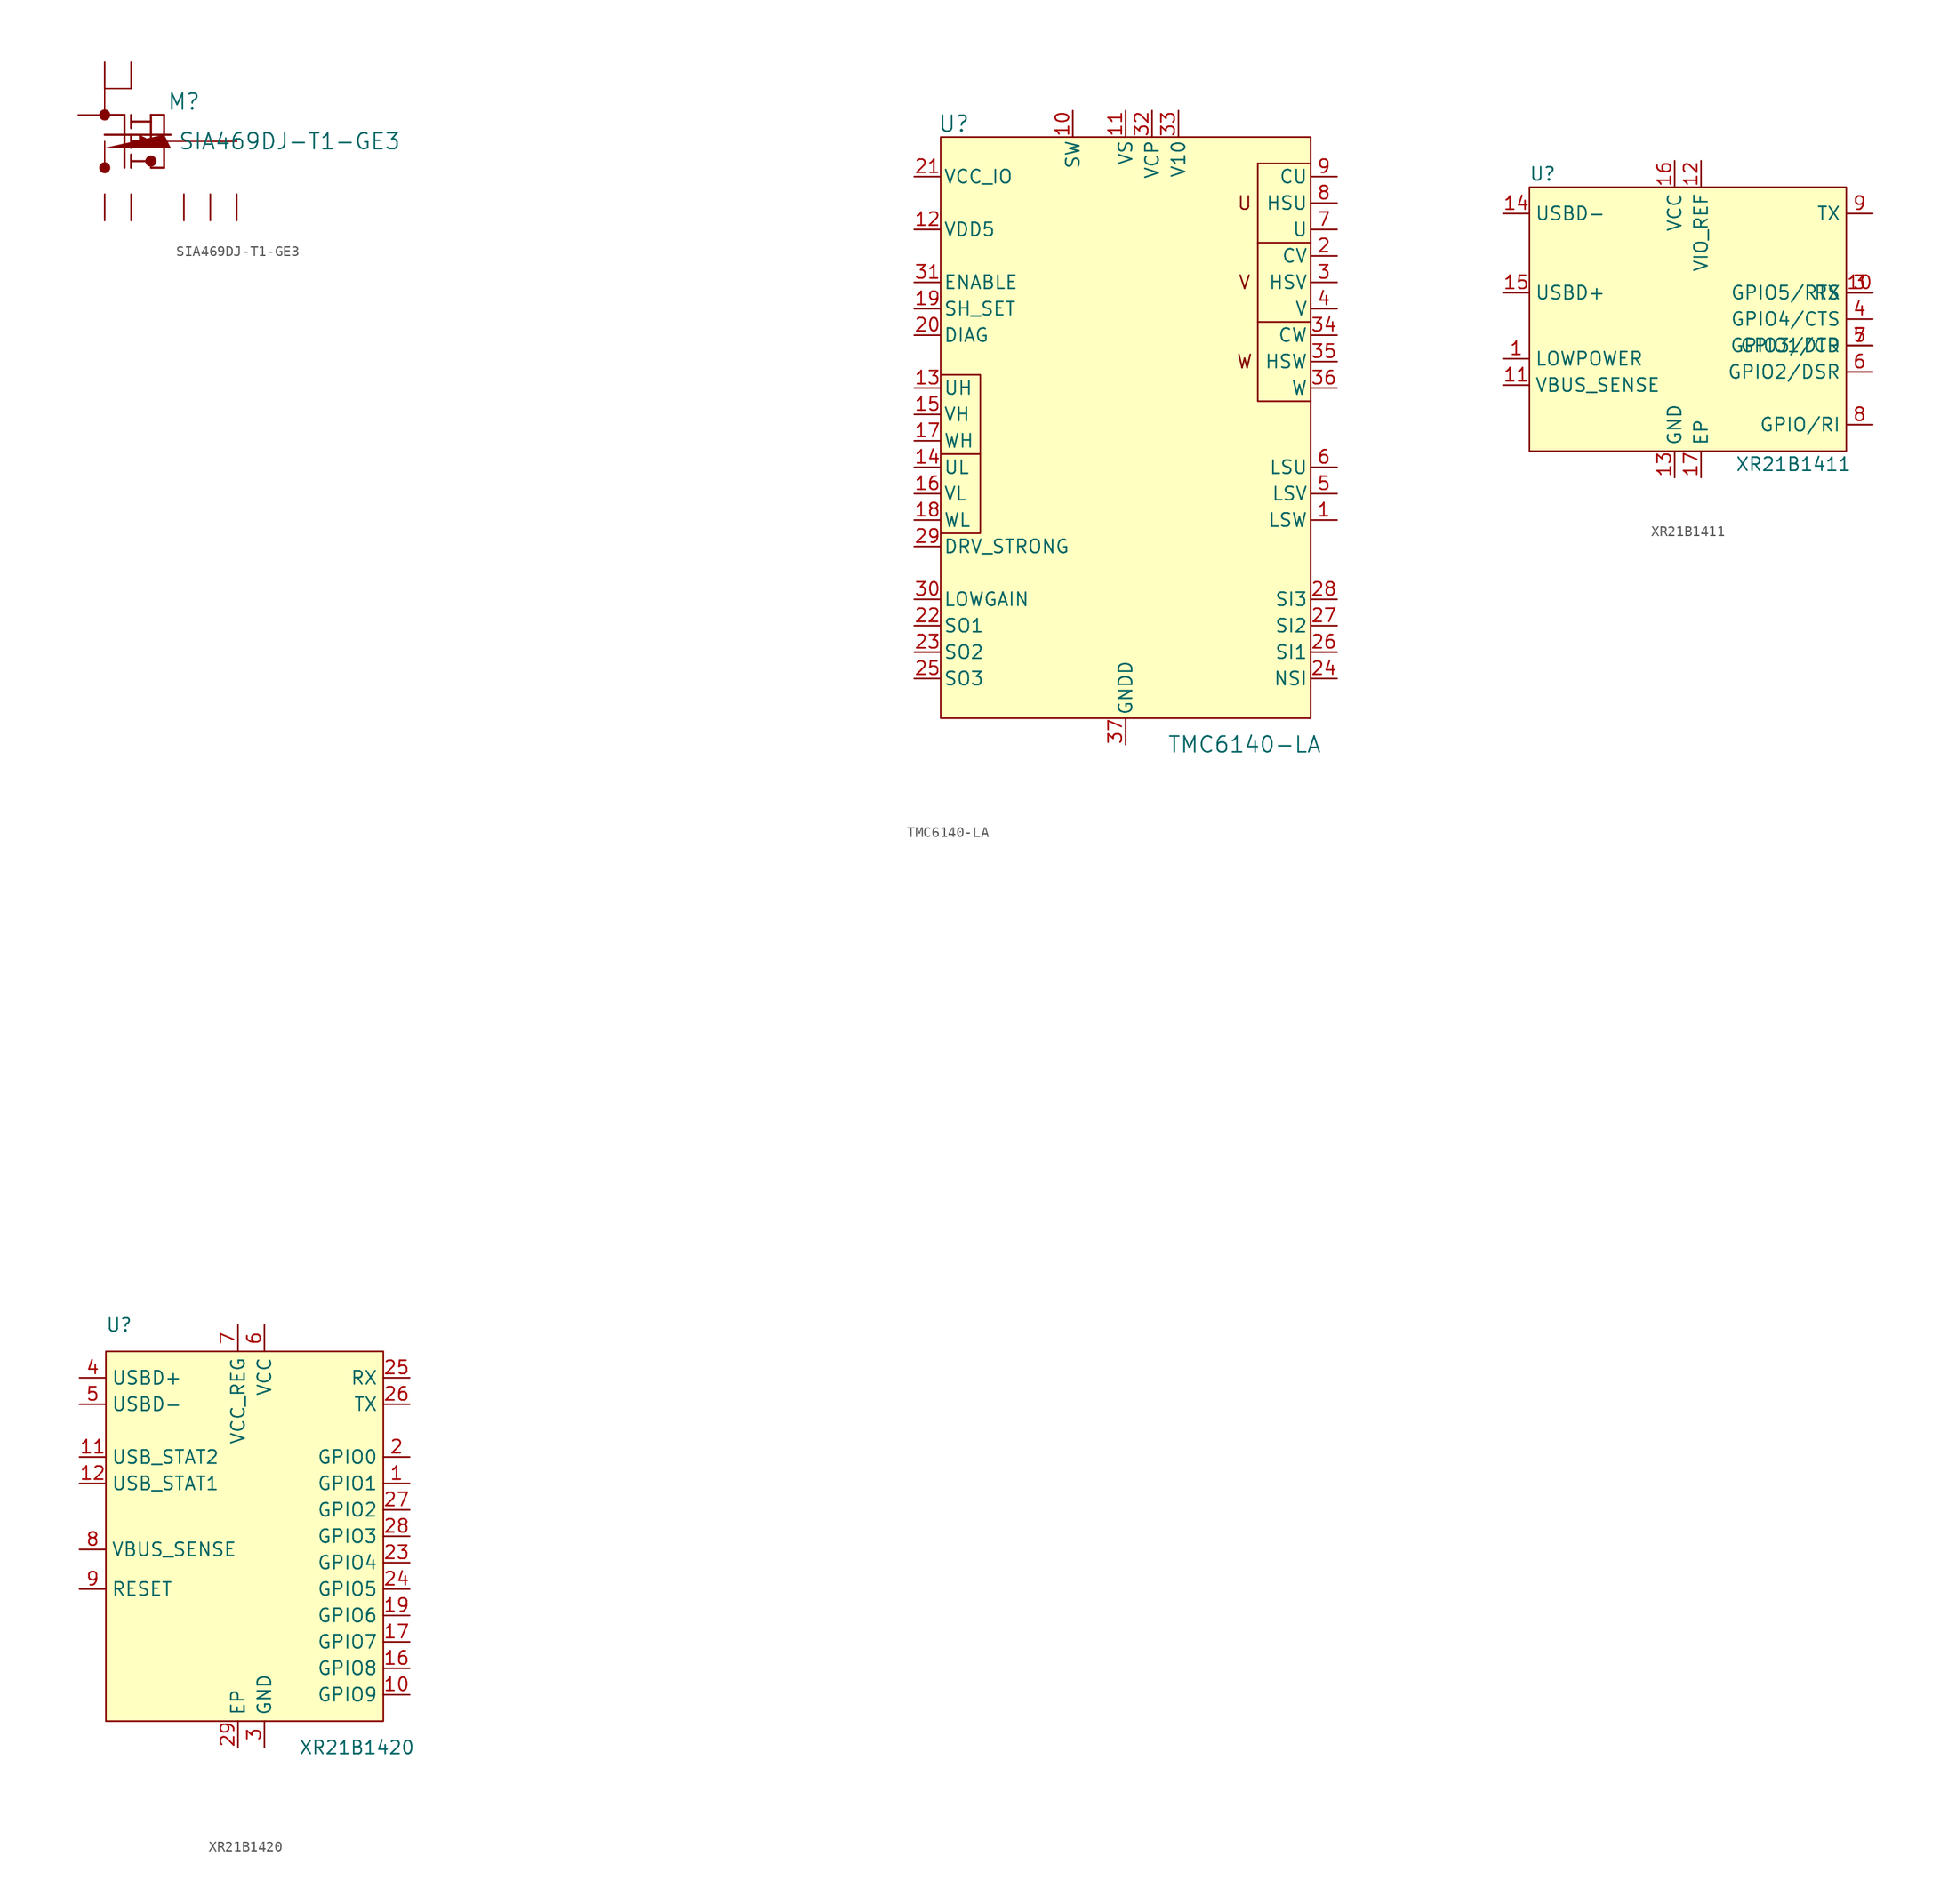
<source format=kicad_sym>
(kicad_symbol_lib
  (version 20211014)
  (generator kicad_symbol_editor)
  (symbol "SIA469DJ-T1-GE3"
    (pin_numbers hide)
    (pin_names
      (offset 1.524))
    (property "Reference" "M"
      (at 10.16 1.27 0)
      (effects (font (size 1.524 1.524))))
    (property "Value" "SIA469DJ-T1-GE3"
      (at 20.32 -2.54 0)
      (effects (font (size 1.524 1.524))))
    (property "Datasheet" ""
      (at 0 0 0)
      (effects (font (size 1.524 1.524))))
    (symbol "SIA469DJ-T1-GE3_0_1"
      (polyline (pts (xy 15.24 -2.54) (xy 12.7 -2.54)) (stroke (width 0.152) (type default) (color 0 0 0 0)) (fill (type none))))
    (symbol "SIA469DJ-T1-GE3_1_1"
      (polyline (pts (xy 2.54 -5.08) (xy 2.54 -2.54)) (stroke (width 0.127) (type default) (color 0 0 0 0)) (fill (type none)))
      (polyline (pts (xy 2.54 0) (xy 4.445 0)) (stroke (width 0.203) (type default) (color 0 0 0 0)) (fill (type none)))
      (polyline (pts (xy 2.54 2.54) (xy 2.54 0)) (stroke (width 0.127) (type default) (color 0 0 0 0)) (fill (type none)))
      (polyline (pts (xy 4.445 -5.08) (xy 4.445 0)) (stroke (width 0.203) (type default) (color 0 0 0 0)) (fill (type none)))
      (polyline (pts (xy 5.08 -5.08) (xy 5.08 -3.81)) (stroke (width 0.203) (type default) (color 0 0 0 0)) (fill (type none)))
      (polyline (pts (xy 5.08 -4.445) (xy 6.985 -4.445)) (stroke (width 0.203) (type default) (color 0 0 0 0)) (fill (type none)))
      (polyline (pts (xy 5.08 -3.175) (xy 5.08 -1.905)) (stroke (width 0.203) (type default) (color 0 0 0 0)) (fill (type none)))
      (polyline (pts (xy 5.08 -2.54) (xy 12.7 -2.54)) (stroke (width 0.127) (type default) (color 0 0 0 0)) (fill (type none)))
      (polyline (pts (xy 5.08 -1.27) (xy 5.08 0)) (stroke (width 0.203) (type default) (color 0 0 0 0)) (fill (type none)))
      (polyline (pts (xy 5.08 -0.635) (xy 6.985 -0.635)) (stroke (width 0.203) (type default) (color 0 0 0 0)) (fill (type none)))
      (polyline (pts (xy 5.08 2.54) (xy 2.54 2.54)) (stroke (width 0.127) (type default) (color 0 0 0 0)) (fill (type none)))
      (polyline (pts (xy 5.842 -2.54) (xy 5.207 -2.54)) (stroke (width 0.203) (type default) (color 0 0 0 0)) (fill (type none)))
      (polyline (pts (xy 6.985 -5.08) (xy 8.255 -5.08)) (stroke (width 0.203) (type default) (color 0 0 0 0)) (fill (type none)))
      (polyline (pts (xy 6.985 -4.445) (xy 6.985 -5.08)) (stroke (width 0.127) (type default) (color 0 0 0 0)) (fill (type none)))
      (polyline (pts (xy 6.985 -0.635) (xy 6.985 -2.54)) (stroke (width 0.203) (type default) (color 0 0 0 0)) (fill (type none)))
      (polyline (pts (xy 6.985 -0.635) (xy 6.985 0)) (stroke (width 0.203) (type default) (color 0 0 0 0)) (fill (type none)))
      (polyline (pts (xy 6.985 0) (xy 8.255 0)) (stroke (width 0.203) (type default) (color 0 0 0 0)) (fill (type none)))
      (polyline (pts (xy 8.255 -5.08) (xy 8.255 -3.175)) (stroke (width 0.203) (type default) (color 0 0 0 0)) (fill (type none)))
      (polyline (pts (xy 8.255 -1.905) (xy 8.255 0)) (stroke (width 0.203) (type default) (color 0 0 0 0)) (fill (type none)))
      (polyline (pts (xy 8.89 -1.905) (xy 2.54 -1.905)) (stroke (width 0.203) (type default) (color 0 0 0 0)) (fill (type none)))
      (polyline (pts (xy 5.842 -3.175) (xy 7.112 -2.54) (xy 5.842 -1.905) (xy 5.842 -3.175)) (stroke (width 0.025) (type default) (color 0 0 0 0)) (fill (type outline)))
      (polyline (pts (xy 8.89 -3.175) (xy 2.54 -3.175) (xy 8.255 -1.905) (xy 8.89 -3.175)) (stroke (width 0.025) (type default) (color 0 0 0 0)) (fill (type outline)))
      (circle (center 2.54 -5.08) (radius 0.025) (stroke (width 0.508) (type default) (color 0 0 0 0)) (fill (type none)))
      (circle (center 2.54 0) (radius 0.025) (stroke (width 0.508) (type default) (color 0 0 0 0)) (fill (type none)))
      (circle (center 6.985 -4.445) (radius 0.025) (stroke (width 0.508) (type default) (color 0 0 0 0)) (fill (type none)))
      (pin input line (at 5.08 -10.16 90) (length 2.54) (name "" (effects (font (size 1.27 1.27)))) (number "1" (effects (font (size 1.27 1.27)))))
      (pin input line (at 2.54 -10.16 90) (length 2.54) (name "" (effects (font (size 1.27 1.27)))) (number "2" (effects (font (size 1.27 1.27)))))
      (pin input line (at 5.08 5.08 270) (length 2.54) (name "" (effects (font (size 1.27 1.27)))) (number "3" (effects (font (size 1.27 1.27)))))
      (pin input line (at 0 0 0) (length 2.54) (name "" (effects (font (size 1.27 1.27)))) (number "4" (effects (font (size 1.27 1.27)))))
      (pin input line (at 10.16 -10.16 90) (length 2.54) (name "" (effects (font (size 1.27 1.27)))) (number "5" (effects (font (size 1.27 1.27)))))
      (pin input line (at 12.7 -10.16 90) (length 2.54) (name "" (effects (font (size 1.27 1.27)))) (number "6" (effects (font (size 1.27 1.27)))))
      (pin input line (at 15.24 -10.16 90) (length 2.54) (name "" (effects (font (size 1.27 1.27)))) (number "7" (effects (font (size 1.27 1.27)))))
      (pin input line (at 2.54 5.08 270) (length 2.54) (name "" (effects (font (size 1.27 1.27)))) (number "8" (effects (font (size 1.27 1.27)))))))
  (symbol "TMC6140-LA"
    (pin_names
      (offset 0.254))
    (property "Reference" "U"
      (at -16.51 27.94 0)
      (effects (font (size 1.524 1.524))))
    (property "Value" "TMC6140-LA"
      (at 11.43 -31.75 0)
      (effects (font (size 1.524 1.524))))
    (property "Datasheet" ""
      (at -54.61 19.05 0)
      (effects (font (size 1.524 1.524))))
    (symbol "TMC6140-LA_0_0"
      (text "U" (at 11.43 20.32 0) (effects (font (size 1.27 1.27))))
      (text "V" (at 11.43 12.7 0) (effects (font (size 1.27 1.27))))
      (text "W" (at 11.43 5.08 0) (effects (font (size 1.27 1.27)))))
    (symbol "TMC6140-LA_0_1"
      (rectangle (start -17.78 26.67) (end 17.78 -29.21) (stroke (width 0.152) (type default) (color 0 0 0 0)) (fill (type background)))
      (polyline (pts (xy 12.7 24.13) (xy 12.7 16.51)) (stroke (width 0.152) (type default) (color 0 0 0 0)) (fill (type none)))
      (polyline (pts (xy 12.7 24.13) (xy 17.78 24.13)) (stroke (width 0.152) (type default) (color 0 0 0 0)) (fill (type none)))
      (polyline (pts (xy -13.97 -3.81) (xy -13.97 -11.43) (xy -17.78 -11.43)) (stroke (width 0.152) (type default) (color 0 0 0 0)) (fill (type none)))
      (polyline (pts (xy 12.7 8.89) (xy 12.7 16.51) (xy 17.78 16.51)) (stroke (width 0.152) (type default) (color 0 0 0 0)) (fill (type none)))
      (polyline (pts (xy -17.78 3.81) (xy -13.97 3.81) (xy -13.97 -3.81) (xy -17.78 -3.81)) (stroke (width 0.152) (type default) (color 0 0 0 0)) (fill (type none)))
      (polyline (pts (xy 17.78 8.89) (xy 12.7 8.89) (xy 12.7 1.27) (xy 17.78 1.27)) (stroke (width 0.152) (type default) (color 0 0 0 0)) (fill (type none))))
    (symbol "TMC6140-LA_1_1"
      (pin input line (at 20.32 -10.16 180) (length 2.54) (name "LSW" (effects (font (size 1.27 1.27)))) (number "1" (effects (font (size 1.27 1.27)))))
      (pin input line (at -5.08 29.21 270) (length 2.54) (name "SW" (effects (font (size 1.27 1.27)))) (number "10" (effects (font (size 1.27 1.27)))))
      (pin power_in line (at 0 29.21 270) (length 2.54) (name "VS" (effects (font (size 1.27 1.27)))) (number "11" (effects (font (size 1.27 1.27)))))
      (pin power_in line (at -20.32 17.78 0) (length 2.54) (name "VDD5" (effects (font (size 1.27 1.27)))) (number "12" (effects (font (size 1.27 1.27)))))
      (pin input line (at -20.32 2.54 0) (length 2.54) (name "UH" (effects (font (size 1.27 1.27)))) (number "13" (effects (font (size 1.27 1.27)))))
      (pin input line (at -20.32 -5.08 0) (length 2.54) (name "UL" (effects (font (size 1.27 1.27)))) (number "14" (effects (font (size 1.27 1.27)))))
      (pin input line (at -20.32 0 0) (length 2.54) (name "VH" (effects (font (size 1.27 1.27)))) (number "15" (effects (font (size 1.27 1.27)))))
      (pin input line (at -20.32 -7.62 0) (length 2.54) (name "VL" (effects (font (size 1.27 1.27)))) (number "16" (effects (font (size 1.27 1.27)))))
      (pin input line (at -20.32 -2.54 0) (length 2.54) (name "WH" (effects (font (size 1.27 1.27)))) (number "17" (effects (font (size 1.27 1.27)))))
      (pin input line (at -20.32 -10.16 0) (length 2.54) (name "WL" (effects (font (size 1.27 1.27)))) (number "18" (effects (font (size 1.27 1.27)))))
      (pin input line (at -20.32 10.16 0) (length 2.54) (name "SH_SET" (effects (font (size 1.27 1.27)))) (number "19" (effects (font (size 1.27 1.27)))))
      (pin input line (at 20.32 15.24 180) (length 2.54) (name "CV" (effects (font (size 1.27 1.27)))) (number "2" (effects (font (size 1.27 1.27)))))
      (pin input line (at -20.32 7.62 0) (length 2.54) (name "DIAG" (effects (font (size 1.27 1.27)))) (number "20" (effects (font (size 1.27 1.27)))))
      (pin power_in line (at -20.32 22.86 0) (length 2.54) (name "VCC_IO" (effects (font (size 1.27 1.27)))) (number "21" (effects (font (size 1.27 1.27)))))
      (pin bidirectional line (at -20.32 -20.32 0) (length 2.54) (name "SO1" (effects (font (size 1.27 1.27)))) (number "22" (effects (font (size 1.27 1.27)))))
      (pin bidirectional line (at -20.32 -22.86 0) (length 2.54) (name "SO2" (effects (font (size 1.27 1.27)))) (number "23" (effects (font (size 1.27 1.27)))))
      (pin input line (at 20.32 -25.4 180) (length 2.54) (name "NSI" (effects (font (size 1.27 1.27)))) (number "24" (effects (font (size 1.27 1.27)))))
      (pin bidirectional line (at -20.32 -25.4 0) (length 2.54) (name "SO3" (effects (font (size 1.27 1.27)))) (number "25" (effects (font (size 1.27 1.27)))))
      (pin bidirectional line (at 20.32 -22.86 180) (length 2.54) (name "SI1" (effects (font (size 1.27 1.27)))) (number "26" (effects (font (size 1.27 1.27)))))
      (pin bidirectional line (at 20.32 -20.32 180) (length 2.54) (name "SI2" (effects (font (size 1.27 1.27)))) (number "27" (effects (font (size 1.27 1.27)))))
      (pin bidirectional line (at 20.32 -17.78 180) (length 2.54) (name "SI3" (effects (font (size 1.27 1.27)))) (number "28" (effects (font (size 1.27 1.27)))))
      (pin input line (at -20.32 -12.7 0) (length 2.54) (name "DRV_STRONG" (effects (font (size 1.27 1.27)))) (number "29" (effects (font (size 1.27 1.27)))))
      (pin input line (at 20.32 12.7 180) (length 2.54) (name "HSV" (effects (font (size 1.27 1.27)))) (number "3" (effects (font (size 1.27 1.27)))))
      (pin input line (at -20.32 -17.78 0) (length 2.54) (name "LOWGAIN" (effects (font (size 1.27 1.27)))) (number "30" (effects (font (size 1.27 1.27)))))
      (pin input line (at -20.32 12.7 0) (length 2.54) (name "ENABLE" (effects (font (size 1.27 1.27)))) (number "31" (effects (font (size 1.27 1.27)))))
      (pin power_in line (at 2.54 29.21 270) (length 2.54) (name "VCP" (effects (font (size 1.27 1.27)))) (number "32" (effects (font (size 1.27 1.27)))))
      (pin input line (at 5.08 29.21 270) (length 2.54) (name "V10" (effects (font (size 1.27 1.27)))) (number "33" (effects (font (size 1.27 1.27)))))
      (pin input line (at 20.32 7.62 180) (length 2.54) (name "CW" (effects (font (size 1.27 1.27)))) (number "34" (effects (font (size 1.27 1.27)))))
      (pin input line (at 20.32 5.08 180) (length 2.54) (name "HSW" (effects (font (size 1.27 1.27)))) (number "35" (effects (font (size 1.27 1.27)))))
      (pin input line (at 20.32 2.54 180) (length 2.54) (name "W" (effects (font (size 1.27 1.27)))) (number "36" (effects (font (size 1.27 1.27)))))
      (pin power_in line (at 0 -31.75 90) (length 2.54) (name "GNDD" (effects (font (size 1.27 1.27)))) (number "37" (effects (font (size 1.27 1.27)))))
      (pin input line (at 20.32 10.16 180) (length 2.54) (name "V" (effects (font (size 1.27 1.27)))) (number "4" (effects (font (size 1.27 1.27)))))
      (pin input line (at 20.32 -7.62 180) (length 2.54) (name "LSV" (effects (font (size 1.27 1.27)))) (number "5" (effects (font (size 1.27 1.27)))))
      (pin input line (at 20.32 -5.08 180) (length 2.54) (name "LSU" (effects (font (size 1.27 1.27)))) (number "6" (effects (font (size 1.27 1.27)))))
      (pin input line (at 20.32 17.78 180) (length 2.54) (name "U" (effects (font (size 1.27 1.27)))) (number "7" (effects (font (size 1.27 1.27)))))
      (pin input line (at 20.32 20.32 180) (length 2.54) (name "HSU" (effects (font (size 1.27 1.27)))) (number "8" (effects (font (size 1.27 1.27)))))
      (pin input line (at 20.32 22.86 180) (length 2.54) (name "CU" (effects (font (size 1.27 1.27)))) (number "9" (effects (font (size 1.27 1.27)))))))
  (symbol "XR21B1411"
    (property "Reference" "U"
      (at -13.97 13.97 0)
      (effects (font (size 1.27 1.27))))
    (property "Value" "XR21B1411"
      (at 10.16 -13.97 0)
      (effects (font (size 1.27 1.27))))
    (symbol "XR21B1411_0_1"
      (rectangle (start -15.24 12.7) (end 15.24 -12.7) (stroke (width 0.152) (type default) (color 0 0 0 0)) (fill (type background))))
    (symbol "XR21B1411_1_1"
      (pin input line (at -17.78 -3.81 0) (length 2.54) (name "LOWPOWER" (effects (font (size 1.27 1.27)))) (number "1" (effects (font (size 1.27 1.27)))))
      (pin input line (at 17.78 2.54 180) (length 2.54) (name "RX" (effects (font (size 1.27 1.27)))) (number "10" (effects (font (size 1.27 1.27)))))
      (pin input line (at -17.78 -6.35 0) (length 2.54) (name "VBUS_SENSE" (effects (font (size 1.27 1.27)))) (number "11" (effects (font (size 1.27 1.27)))))
      (pin input line (at 1.27 15.24 270) (length 2.54) (name "VIO_REF" (effects (font (size 1.27 1.27)))) (number "12" (effects (font (size 1.27 1.27)))))
      (pin input line (at -1.27 -15.24 90) (length 2.54) (name "GND" (effects (font (size 1.27 1.27)))) (number "13" (effects (font (size 1.27 1.27)))))
      (pin input line (at -17.78 10.16 0) (length 2.54) (name "USBD-" (effects (font (size 1.27 1.27)))) (number "14" (effects (font (size 1.27 1.27)))))
      (pin input line (at -17.78 2.54 0) (length 2.54) (name "USBD+" (effects (font (size 1.27 1.27)))) (number "15" (effects (font (size 1.27 1.27)))))
      (pin input line (at -1.27 15.24 270) (length 2.54) (name "VCC" (effects (font (size 1.27 1.27)))) (number "16" (effects (font (size 1.27 1.27)))))
      (pin input line (at 1.27 -15.24 90) (length 2.54) (name "EP" (effects (font (size 1.27 1.27)))) (number "17" (effects (font (size 1.27 1.27)))))
      (pin no_connect line (at 0 22.86 0) (length 2.54) hide (name "" (effects (font (size 1.27 1.27)))) (number "2" (effects (font (size 1.27 1.27)))))
      (pin input line (at 17.78 2.54 180) (length 2.54) (name "GPIO5/RTS" (effects (font (size 1.27 1.27)))) (number "3" (effects (font (size 1.27 1.27)))))
      (pin input line (at 17.78 0 180) (length 2.54) (name "GPIO4/CTS" (effects (font (size 1.27 1.27)))) (number "4" (effects (font (size 1.27 1.27)))))
      (pin input line (at 17.78 -2.54 180) (length 2.54) (name "GPIO3/DTR" (effects (font (size 1.27 1.27)))) (number "5" (effects (font (size 1.27 1.27)))))
      (pin input line (at 17.78 -5.08 180) (length 2.54) (name "GPIO2/DSR" (effects (font (size 1.27 1.27)))) (number "6" (effects (font (size 1.27 1.27)))))
      (pin input line (at 17.78 -2.54 180) (length 2.54) (name "GPIO1/CD" (effects (font (size 1.27 1.27)))) (number "7" (effects (font (size 1.27 1.27)))))
      (pin input line (at 17.78 -10.16 180) (length 2.54) (name "GPIO/RI" (effects (font (size 1.27 1.27)))) (number "8" (effects (font (size 1.27 1.27)))))
      (pin input line (at 17.78 10.16 180) (length 2.54) (name "TX" (effects (font (size 1.27 1.27)))) (number "9" (effects (font (size 1.27 1.27)))))))
  (symbol "XR21B1420"
    (property "Reference" "U"
      (at -12.7 8.89 0)
      (effects (font (size 1.27 1.27))))
    (property "Value" "XR21B1420"
      (at 10.16 -31.75 0)
      (effects (font (size 1.27 1.27))))
    (symbol "XR21B1420_0_1"
      (rectangle (start -13.97 6.35) (end 12.7 -29.21) (stroke (width 0.152) (type default) (color 0 0 0 0)) (fill (type background))))
    (symbol "XR21B1420_1_1"
      (pin input line (at 15.24 -6.35 180) (length 2.54) (name "GPIO1" (effects (font (size 1.27 1.27)))) (number "1" (effects (font (size 1.27 1.27)))))
      (pin input line (at 15.24 -26.67 180) (length 2.54) (name "GPIO9" (effects (font (size 1.27 1.27)))) (number "10" (effects (font (size 1.27 1.27)))))
      (pin input line (at -16.51 -3.81 0) (length 2.54) (name "USB_STAT2" (effects (font (size 1.27 1.27)))) (number "11" (effects (font (size 1.27 1.27)))))
      (pin input line (at -16.51 -6.35 0) (length 2.54) (name "USB_STAT1" (effects (font (size 1.27 1.27)))) (number "12" (effects (font (size 1.27 1.27)))))
      (pin no_connect line (at 0 43.18 0) (length 2.54) hide (name "NC" (effects (font (size 1.27 1.27)))) (number "13" (effects (font (size 1.27 1.27)))))
      (pin no_connect line (at 0 40.64 0) (length 2.54) hide (name "NC" (effects (font (size 1.27 1.27)))) (number "14" (effects (font (size 1.27 1.27)))))
      (pin no_connect line (at 0 38.1 0) (length 2.54) hide (name "NC" (effects (font (size 1.27 1.27)))) (number "15" (effects (font (size 1.27 1.27)))))
      (pin input line (at 15.24 -24.13 180) (length 2.54) (name "GPIO8" (effects (font (size 1.27 1.27)))) (number "16" (effects (font (size 1.27 1.27)))))
      (pin input line (at 15.24 -21.59 180) (length 2.54) (name "GPIO7" (effects (font (size 1.27 1.27)))) (number "17" (effects (font (size 1.27 1.27)))))
      (pin no_connect line (at 0 35.56 0) (length 2.54) hide (name "NC" (effects (font (size 1.27 1.27)))) (number "18" (effects (font (size 1.27 1.27)))))
      (pin input line (at 15.24 -19.05 180) (length 2.54) (name "GPIO6" (effects (font (size 1.27 1.27)))) (number "19" (effects (font (size 1.27 1.27)))))
      (pin input line (at 15.24 -3.81 180) (length 2.54) (name "GPIO0" (effects (font (size 1.27 1.27)))) (number "2" (effects (font (size 1.27 1.27)))))
      (pin no_connect line (at 0 33.02 0) (length 2.54) hide (name "NC" (effects (font (size 1.27 1.27)))) (number "20" (effects (font (size 1.27 1.27)))))
      (pin no_connect line (at 0 30.48 0) (length 2.54) hide (name "NC" (effects (font (size 1.27 1.27)))) (number "21" (effects (font (size 1.27 1.27)))))
      (pin no_connect line (at 0 27.94 0) (length 2.54) hide (name "NC" (effects (font (size 1.27 1.27)))) (number "22" (effects (font (size 1.27 1.27)))))
      (pin input line (at 15.24 -13.97 180) (length 2.54) (name "GPIO4" (effects (font (size 1.27 1.27)))) (number "23" (effects (font (size 1.27 1.27)))))
      (pin input line (at 15.24 -16.51 180) (length 2.54) (name "GPIO5" (effects (font (size 1.27 1.27)))) (number "24" (effects (font (size 1.27 1.27)))))
      (pin input line (at 15.24 3.81 180) (length 2.54) (name "RX" (effects (font (size 1.27 1.27)))) (number "25" (effects (font (size 1.27 1.27)))))
      (pin input line (at 15.24 1.27 180) (length 2.54) (name "TX" (effects (font (size 1.27 1.27)))) (number "26" (effects (font (size 1.27 1.27)))))
      (pin input line (at 15.24 -8.89 180) (length 2.54) (name "GPIO2" (effects (font (size 1.27 1.27)))) (number "27" (effects (font (size 1.27 1.27)))))
      (pin input line (at 15.24 -11.43 180) (length 2.54) (name "GPIO3" (effects (font (size 1.27 1.27)))) (number "28" (effects (font (size 1.27 1.27)))))
      (pin input line (at -1.27 -31.75 90) (length 2.54) (name "EP" (effects (font (size 1.27 1.27)))) (number "29" (effects (font (size 1.27 1.27)))))
      (pin input line (at 1.27 -31.75 90) (length 2.54) (name "GND" (effects (font (size 1.27 1.27)))) (number "3" (effects (font (size 1.27 1.27)))))
      (pin input line (at -16.51 3.81 0) (length 2.54) (name "USBD+" (effects (font (size 1.27 1.27)))) (number "4" (effects (font (size 1.27 1.27)))))
      (pin input line (at -16.51 1.27 0) (length 2.54) (name "USBD-" (effects (font (size 1.27 1.27)))) (number "5" (effects (font (size 1.27 1.27)))))
      (pin input line (at 1.27 8.89 270) (length 2.54) (name "VCC" (effects (font (size 1.27 1.27)))) (number "6" (effects (font (size 1.27 1.27)))))
      (pin input line (at -1.27 8.89 270) (length 2.54) (name "VCC_REG" (effects (font (size 1.27 1.27)))) (number "7" (effects (font (size 1.27 1.27)))))
      (pin input line (at -16.51 -12.7 0) (length 2.54) (name "VBUS_SENSE" (effects (font (size 1.27 1.27)))) (number "8" (effects (font (size 1.27 1.27)))))
      (pin input line (at -16.51 -16.51 0) (length 2.54) (name "RESET" (effects (font (size 1.27 1.27)))) (number "9" (effects (font (size 1.27 1.27))))))))
</source>
